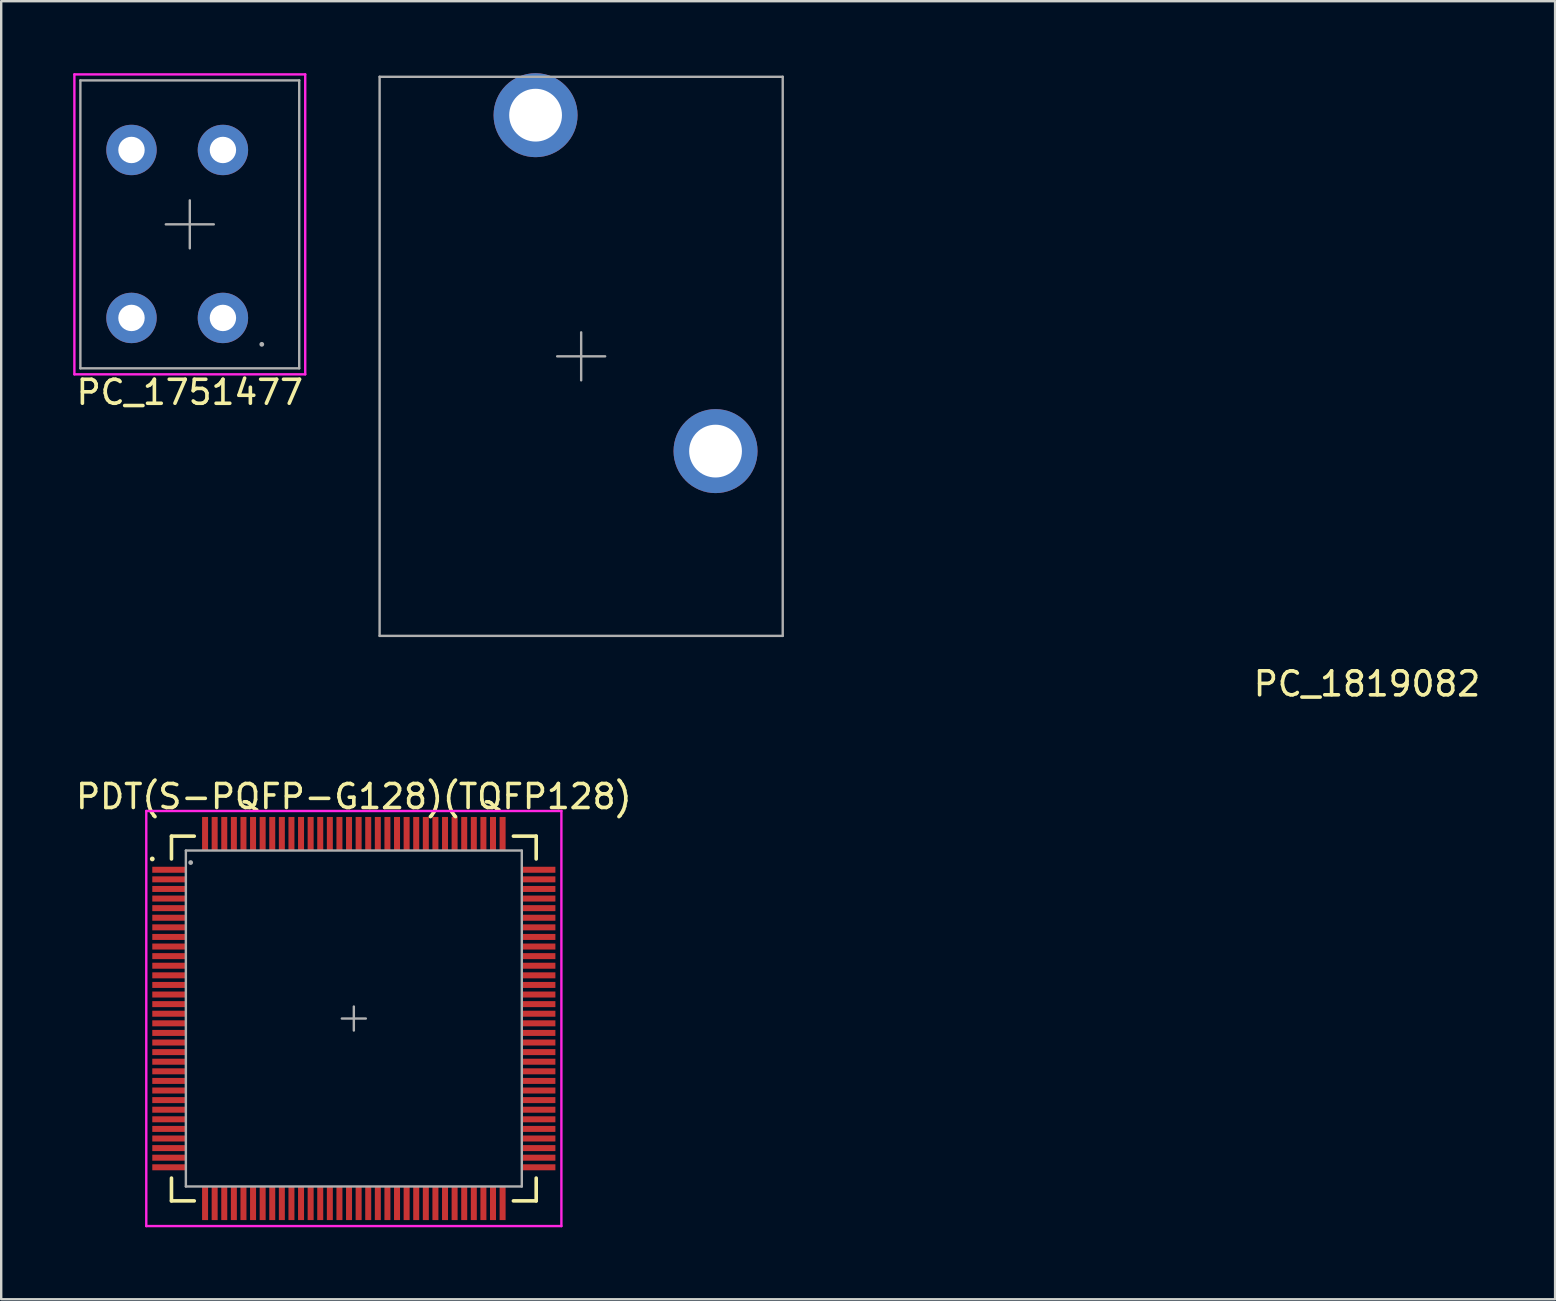
<source format=kicad_pcb>
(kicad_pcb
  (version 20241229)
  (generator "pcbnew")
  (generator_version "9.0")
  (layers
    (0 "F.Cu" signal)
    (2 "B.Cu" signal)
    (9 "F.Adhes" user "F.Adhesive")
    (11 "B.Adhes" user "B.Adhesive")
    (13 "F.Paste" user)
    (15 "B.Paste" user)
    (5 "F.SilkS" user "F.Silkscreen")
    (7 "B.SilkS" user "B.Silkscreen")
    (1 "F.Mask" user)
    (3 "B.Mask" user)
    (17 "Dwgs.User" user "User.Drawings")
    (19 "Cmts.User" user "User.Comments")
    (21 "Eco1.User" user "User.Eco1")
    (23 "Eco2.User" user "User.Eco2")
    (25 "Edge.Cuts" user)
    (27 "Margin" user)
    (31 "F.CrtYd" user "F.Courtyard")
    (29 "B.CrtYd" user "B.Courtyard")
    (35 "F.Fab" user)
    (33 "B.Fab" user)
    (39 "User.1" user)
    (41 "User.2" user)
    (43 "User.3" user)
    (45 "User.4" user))
  (footprint "PDT(S-PQFP-G128)(TQFP128)"
    (layer "F.Cu")
    (at 11.696 39.397)
    (property "Reference" "PDT(S-PQFP-G128)(TQFP128)" (at 0 -9.25 0) (layer "F.SilkS") (effects (font (size 1 1) (thickness 0.15))))
    (attr through_hole)
    (fp_line (start -7.6 -7.6) (end -7.6 -6.65) (stroke (width 0.15) (type solid)) (layer "F.SilkS"))
    (fp_line (start -7.6 7.6) (end -7.6 6.65) (stroke (width 0.15) (type solid)) (layer "F.SilkS"))
    (fp_line (start -6.65 -7.6) (end -7.6 -7.6) (stroke (width 0.15) (type solid)) (layer "F.SilkS"))
    (fp_line (start -6.65 7.6) (end -7.6 7.6) (stroke (width 0.15) (type solid)) (layer "F.SilkS"))
    (fp_line (start 6.65 -7.6) (end 7.6 -7.6) (stroke (width 0.15) (type solid)) (layer "F.SilkS"))
    (fp_line (start 6.65 7.6) (end 7.6 7.6) (stroke (width 0.15) (type solid)) (layer "F.SilkS"))
    (fp_line (start 7.6 -7.6) (end 7.6 -6.65) (stroke (width 0.15) (type solid)) (layer "F.SilkS"))
    (fp_line (start 7.6 7.6) (end 7.6 6.65) (stroke (width 0.15) (type solid)) (layer "F.SilkS"))
    (fp_circle (center -8.4 -6.651) (end -8.39 -6.601) (stroke (width 0.1) (type solid)) (fill no) (layer "F.SilkS"))
    (fp_line (start -8.65 -8.65) (end 8.65 -8.65) (stroke (width 0.1) (type solid)) (layer "F.CrtYd"))
    (fp_line (start -8.65 8.65) (end -8.65 -8.65) (stroke (width 0.1) (type solid)) (layer "F.CrtYd"))
    (fp_line (start 8.65 -8.65) (end 8.65 8.65) (stroke (width 0.1) (type solid)) (layer "F.CrtYd"))
    (fp_line (start 8.65 8.65) (end -8.65 8.65) (stroke (width 0.1) (type solid)) (layer "F.CrtYd"))
    (fp_line (start -7 -7) (end 7 -7) (stroke (width 0.1) (type solid)) (layer "F.Fab"))
    (fp_line (start -7 7) (end -7 -7) (stroke (width 0.1) (type solid)) (layer "F.Fab"))
    (fp_line (start -0.5 0) (end 0.5 0) (stroke (width 0.1) (type solid)) (layer "F.Fab"))
    (fp_line (start 0 -0.5) (end 0 0.5) (stroke (width 0.1) (type solid)) (layer "F.Fab"))
    (fp_line (start 7 -7) (end 7 7) (stroke (width 0.1) (type solid)) (layer "F.Fab"))
    (fp_line (start 7 7) (end -7 7) (stroke (width 0.1) (type solid)) (layer "F.Fab"))
    (fp_circle (center -6.8 -6.5) (end -6.75 -6.5) (stroke (width 0.1) (type solid)) (fill no) (layer "F.Fab"))
    (pad "1" smd rect (at -7.7 -6.2) (size 1.4 0.25) (layers "F.Cu" "F.Mask" "F.Paste"))
    (pad "2" smd rect (at -7.7 -5.8) (size 1.4 0.25) (layers "F.Cu" "F.Mask" "F.Paste"))
    (pad "3" smd rect (at -7.7 -5.4) (size 1.4 0.25) (layers "F.Cu" "F.Mask" "F.Paste"))
    (pad "4" smd rect (at -7.7 -5) (size 1.4 0.25) (layers "F.Cu" "F.Mask" "F.Paste"))
    (pad "5" smd rect (at -7.7 -4.6) (size 1.4 0.25) (layers "F.Cu" "F.Mask" "F.Paste"))
    (pad "6" smd rect (at -7.7 -4.2) (size 1.4 0.25) (layers "F.Cu" "F.Mask" "F.Paste"))
    (pad "7" smd rect (at -7.7 -3.8) (size 1.4 0.25) (layers "F.Cu" "F.Mask" "F.Paste"))
    (pad "8" smd rect (at -7.7 -3.4) (size 1.4 0.25) (layers "F.Cu" "F.Mask" "F.Paste"))
    (pad "9" smd rect (at -7.7 -3) (size 1.4 0.25) (layers "F.Cu" "F.Mask" "F.Paste"))
    (pad "10" smd rect (at -7.7 -2.6) (size 1.4 0.25) (layers "F.Cu" "F.Mask" "F.Paste"))
    (pad "11" smd rect (at -7.7 -2.2) (size 1.4 0.25) (layers "F.Cu" "F.Mask" "F.Paste"))
    (pad "12" smd rect (at -7.7 -1.8) (size 1.4 0.25) (layers "F.Cu" "F.Mask" "F.Paste"))
    (pad "13" smd rect (at -7.7 -1.4) (size 1.4 0.25) (layers "F.Cu" "F.Mask" "F.Paste"))
    (pad "14" smd rect (at -7.7 -1) (size 1.4 0.25) (layers "F.Cu" "F.Mask" "F.Paste"))
    (pad "15" smd rect (at -7.7 -0.6) (size 1.4 0.25) (layers "F.Cu" "F.Mask" "F.Paste"))
    (pad "16" smd rect (at -7.7 -0.2) (size 1.4 0.25) (layers "F.Cu" "F.Mask" "F.Paste"))
    (pad "17" smd rect (at -7.7 0.2) (size 1.4 0.25) (layers "F.Cu" "F.Mask" "F.Paste"))
    (pad "18" smd rect (at -7.7 0.6) (size 1.4 0.25) (layers "F.Cu" "F.Mask" "F.Paste"))
    (pad "19" smd rect (at -7.7 1) (size 1.4 0.25) (layers "F.Cu" "F.Mask" "F.Paste"))
    (pad "20" smd rect (at -7.7 1.4) (size 1.4 0.25) (layers "F.Cu" "F.Mask" "F.Paste"))
    (pad "21" smd rect (at -7.7 1.8) (size 1.4 0.25) (layers "F.Cu" "F.Mask" "F.Paste"))
    (pad "22" smd rect (at -7.7 2.2) (size 1.4 0.25) (layers "F.Cu" "F.Mask" "F.Paste"))
    (pad "23" smd rect (at -7.7 2.6) (size 1.4 0.25) (layers "F.Cu" "F.Mask" "F.Paste"))
    (pad "24" smd rect (at -7.7 3) (size 1.4 0.25) (layers "F.Cu" "F.Mask" "F.Paste"))
    (pad "25" smd rect (at -7.7 3.4) (size 1.4 0.25) (layers "F.Cu" "F.Mask" "F.Paste"))
    (pad "26" smd rect (at -7.7 3.8) (size 1.4 0.25) (layers "F.Cu" "F.Mask" "F.Paste"))
    (pad "27" smd rect (at -7.7 4.2) (size 1.4 0.25) (layers "F.Cu" "F.Mask" "F.Paste"))
    (pad "28" smd rect (at -7.7 4.6) (size 1.4 0.25) (layers "F.Cu" "F.Mask" "F.Paste"))
    (pad "29" smd rect (at -7.7 5) (size 1.4 0.25) (layers "F.Cu" "F.Mask" "F.Paste"))
    (pad "30" smd rect (at -7.7 5.4) (size 1.4 0.25) (layers "F.Cu" "F.Mask" "F.Paste"))
    (pad "31" smd rect (at -7.7 5.8) (size 1.4 0.25) (layers "F.Cu" "F.Mask" "F.Paste"))
    (pad "32" smd rect (at -7.7 6.2) (size 1.4 0.25) (layers "F.Cu" "F.Mask" "F.Paste"))
    (pad "33" smd rect (at -6.2 7.7 90) (size 1.4 0.25) (layers "F.Cu" "F.Mask" "F.Paste"))
    (pad "34" smd rect (at -5.8 7.7 90) (size 1.4 0.25) (layers "F.Cu" "F.Mask" "F.Paste"))
    (pad "35" smd rect (at -5.4 7.7 90) (size 1.4 0.25) (layers "F.Cu" "F.Mask" "F.Paste"))
    (pad "36" smd rect (at -5 7.7 90) (size 1.4 0.25) (layers "F.Cu" "F.Mask" "F.Paste"))
    (pad "37" smd rect (at -4.6 7.7 90) (size 1.4 0.25) (layers "F.Cu" "F.Mask" "F.Paste"))
    (pad "38" smd rect (at -4.2 7.7 90) (size 1.4 0.25) (layers "F.Cu" "F.Mask" "F.Paste"))
    (pad "39" smd rect (at -3.8 7.7 90) (size 1.4 0.25) (layers "F.Cu" "F.Mask" "F.Paste"))
    (pad "40" smd rect (at -3.4 7.7 90) (size 1.4 0.25) (layers "F.Cu" "F.Mask" "F.Paste"))
    (pad "41" smd rect (at -3 7.7 90) (size 1.4 0.25) (layers "F.Cu" "F.Mask" "F.Paste"))
    (pad "42" smd rect (at -2.6 7.7 90) (size 1.4 0.25) (layers "F.Cu" "F.Mask" "F.Paste"))
    (pad "43" smd rect (at -2.2 7.7 90) (size 1.4 0.25) (layers "F.Cu" "F.Mask" "F.Paste"))
    (pad "44" smd rect (at -1.8 7.7 90) (size 1.4 0.25) (layers "F.Cu" "F.Mask" "F.Paste"))
    (pad "45" smd rect (at -1.4 7.7 90) (size 1.4 0.25) (layers "F.Cu" "F.Mask" "F.Paste"))
    (pad "46" smd rect (at -1 7.7 90) (size 1.4 0.25) (layers "F.Cu" "F.Mask" "F.Paste"))
    (pad "47" smd rect (at -0.6 7.7 90) (size 1.4 0.25) (layers "F.Cu" "F.Mask" "F.Paste"))
    (pad "48" smd rect (at -0.2 7.7 90) (size 1.4 0.25) (layers "F.Cu" "F.Mask" "F.Paste"))
    (pad "49" smd rect (at 0.2 7.7 90) (size 1.4 0.25) (layers "F.Cu" "F.Mask" "F.Paste"))
    (pad "50" smd rect (at 0.6 7.7 90) (size 1.4 0.25) (layers "F.Cu" "F.Mask" "F.Paste"))
    (pad "51" smd rect (at 1 7.7 90) (size 1.4 0.25) (layers "F.Cu" "F.Mask" "F.Paste"))
    (pad "52" smd rect (at 1.4 7.7 90) (size 1.4 0.25) (layers "F.Cu" "F.Mask" "F.Paste"))
    (pad "53" smd rect (at 1.8 7.7 90) (size 1.4 0.25) (layers "F.Cu" "F.Mask" "F.Paste"))
    (pad "54" smd rect (at 2.2 7.7 90) (size 1.4 0.25) (layers "F.Cu" "F.Mask" "F.Paste"))
    (pad "55" smd rect (at 2.6 7.7 90) (size 1.4 0.25) (layers "F.Cu" "F.Mask" "F.Paste"))
    (pad "56" smd rect (at 3 7.7 90) (size 1.4 0.25) (layers "F.Cu" "F.Mask" "F.Paste"))
    (pad "57" smd rect (at 3.4 7.7 90) (size 1.4 0.25) (layers "F.Cu" "F.Mask" "F.Paste"))
    (pad "58" smd rect (at 3.8 7.7 90) (size 1.4 0.25) (layers "F.Cu" "F.Mask" "F.Paste"))
    (pad "59" smd rect (at 4.2 7.7 90) (size 1.4 0.25) (layers "F.Cu" "F.Mask" "F.Paste"))
    (pad "60" smd rect (at 4.6 7.7 90) (size 1.4 0.25) (layers "F.Cu" "F.Mask" "F.Paste"))
    (pad "61" smd rect (at 5 7.7 90) (size 1.4 0.25) (layers "F.Cu" "F.Mask" "F.Paste"))
    (pad "62" smd rect (at 5.4 7.7 90) (size 1.4 0.25) (layers "F.Cu" "F.Mask" "F.Paste"))
    (pad "63" smd rect (at 5.8 7.7 90) (size 1.4 0.25) (layers "F.Cu" "F.Mask" "F.Paste"))
    (pad "64" smd rect (at 6.2 7.7 90) (size 1.4 0.25) (layers "F.Cu" "F.Mask" "F.Paste"))
    (pad "65" smd rect (at 7.7 6.2) (size 1.4 0.25) (layers "F.Cu" "F.Mask" "F.Paste"))
    (pad "66" smd rect (at 7.7 5.8) (size 1.4 0.25) (layers "F.Cu" "F.Mask" "F.Paste"))
    (pad "67" smd rect (at 7.7 5.4) (size 1.4 0.25) (layers "F.Cu" "F.Mask" "F.Paste"))
    (pad "68" smd rect (at 7.7 5) (size 1.4 0.25) (layers "F.Cu" "F.Mask" "F.Paste"))
    (pad "69" smd rect (at 7.7 4.6) (size 1.4 0.25) (layers "F.Cu" "F.Mask" "F.Paste"))
    (pad "70" smd rect (at 7.7 4.2) (size 1.4 0.25) (layers "F.Cu" "F.Mask" "F.Paste"))
    (pad "71" smd rect (at 7.7 3.8) (size 1.4 0.25) (layers "F.Cu" "F.Mask" "F.Paste"))
    (pad "72" smd rect (at 7.7 3.4) (size 1.4 0.25) (layers "F.Cu" "F.Mask" "F.Paste"))
    (pad "73" smd rect (at 7.7 3) (size 1.4 0.25) (layers "F.Cu" "F.Mask" "F.Paste"))
    (pad "74" smd rect (at 7.7 2.6) (size 1.4 0.25) (layers "F.Cu" "F.Mask" "F.Paste"))
    (pad "75" smd rect (at 7.7 2.2) (size 1.4 0.25) (layers "F.Cu" "F.Mask" "F.Paste"))
    (pad "76" smd rect (at 7.7 1.8) (size 1.4 0.25) (layers "F.Cu" "F.Mask" "F.Paste"))
    (pad "77" smd rect (at 7.7 1.4) (size 1.4 0.25) (layers "F.Cu" "F.Mask" "F.Paste"))
    (pad "78" smd rect (at 7.7 1) (size 1.4 0.25) (layers "F.Cu" "F.Mask" "F.Paste"))
    (pad "79" smd rect (at 7.7 0.6) (size 1.4 0.25) (layers "F.Cu" "F.Mask" "F.Paste"))
    (pad "80" smd rect (at 7.7 0.2) (size 1.4 0.25) (layers "F.Cu" "F.Mask" "F.Paste"))
    (pad "81" smd rect (at 7.7 -0.2) (size 1.4 0.25) (layers "F.Cu" "F.Mask" "F.Paste"))
    (pad "82" smd rect (at 7.7 -0.6) (size 1.4 0.25) (layers "F.Cu" "F.Mask" "F.Paste"))
    (pad "83" smd rect (at 7.7 -1) (size 1.4 0.25) (layers "F.Cu" "F.Mask" "F.Paste"))
    (pad "84" smd rect (at 7.7 -1.4) (size 1.4 0.25) (layers "F.Cu" "F.Mask" "F.Paste"))
    (pad "85" smd rect (at 7.7 -1.8) (size 1.4 0.25) (layers "F.Cu" "F.Mask" "F.Paste"))
    (pad "86" smd rect (at 7.7 -2.2) (size 1.4 0.25) (layers "F.Cu" "F.Mask" "F.Paste"))
    (pad "87" smd rect (at 7.7 -2.6) (size 1.4 0.25) (layers "F.Cu" "F.Mask" "F.Paste"))
    (pad "88" smd rect (at 7.7 -3) (size 1.4 0.25) (layers "F.Cu" "F.Mask" "F.Paste"))
    (pad "89" smd rect (at 7.7 -3.4) (size 1.4 0.25) (layers "F.Cu" "F.Mask" "F.Paste"))
    (pad "90" smd rect (at 7.7 -3.8) (size 1.4 0.25) (layers "F.Cu" "F.Mask" "F.Paste"))
    (pad "91" smd rect (at 7.7 -4.2) (size 1.4 0.25) (layers "F.Cu" "F.Mask" "F.Paste"))
    (pad "92" smd rect (at 7.7 -4.6) (size 1.4 0.25) (layers "F.Cu" "F.Mask" "F.Paste"))
    (pad "93" smd rect (at 7.7 -5) (size 1.4 0.25) (layers "F.Cu" "F.Mask" "F.Paste"))
    (pad "94" smd rect (at 7.7 -5.4) (size 1.4 0.25) (layers "F.Cu" "F.Mask" "F.Paste"))
    (pad "95" smd rect (at 7.7 -5.8) (size 1.4 0.25) (layers "F.Cu" "F.Mask" "F.Paste"))
    (pad "96" smd rect (at 7.7 -6.2) (size 1.4 0.25) (layers "F.Cu" "F.Mask" "F.Paste"))
    (pad "97" smd rect (at 6.2 -7.7 90) (size 1.4 0.25) (layers "F.Cu" "F.Mask" "F.Paste"))
    (pad "98" smd rect (at 5.8 -7.7 90) (size 1.4 0.25) (layers "F.Cu" "F.Mask" "F.Paste"))
    (pad "99" smd rect (at 5.4 -7.7 90) (size 1.4 0.25) (layers "F.Cu" "F.Mask" "F.Paste"))
    (pad "100" smd rect (at 5 -7.7 90) (size 1.4 0.25) (layers "F.Cu" "F.Mask" "F.Paste"))
    (pad "101" smd rect (at 4.6 -7.7 90) (size 1.4 0.25) (layers "F.Cu" "F.Mask" "F.Paste"))
    (pad "102" smd rect (at 4.2 -7.7 90) (size 1.4 0.25) (layers "F.Cu" "F.Mask" "F.Paste"))
    (pad "103" smd rect (at 3.8 -7.7 90) (size 1.4 0.25) (layers "F.Cu" "F.Mask" "F.Paste"))
    (pad "104" smd rect (at 3.4 -7.7 90) (size 1.4 0.25) (layers "F.Cu" "F.Mask" "F.Paste"))
    (pad "105" smd rect (at 3 -7.7 90) (size 1.4 0.25) (layers "F.Cu" "F.Mask" "F.Paste"))
    (pad "106" smd rect (at 2.6 -7.7 90) (size 1.4 0.25) (layers "F.Cu" "F.Mask" "F.Paste"))
    (pad "107" smd rect (at 2.2 -7.7 90) (size 1.4 0.25) (layers "F.Cu" "F.Mask" "F.Paste"))
    (pad "108" smd rect (at 1.8 -7.7 90) (size 1.4 0.25) (layers "F.Cu" "F.Mask" "F.Paste"))
    (pad "109" smd rect (at 1.4 -7.7 90) (size 1.4 0.25) (layers "F.Cu" "F.Mask" "F.Paste"))
    (pad "110" smd rect (at 1 -7.7 90) (size 1.4 0.25) (layers "F.Cu" "F.Mask" "F.Paste"))
    (pad "111" smd rect (at 0.6 -7.7 90) (size 1.4 0.25) (layers "F.Cu" "F.Mask" "F.Paste"))
    (pad "112" smd rect (at 0.2 -7.7 90) (size 1.4 0.25) (layers "F.Cu" "F.Mask" "F.Paste"))
    (pad "113" smd rect (at -0.2 -7.7 90) (size 1.4 0.25) (layers "F.Cu" "F.Mask" "F.Paste"))
    (pad "114" smd rect (at -0.6 -7.7 90) (size 1.4 0.25) (layers "F.Cu" "F.Mask" "F.Paste"))
    (pad "115" smd rect (at -1 -7.7 90) (size 1.4 0.25) (layers "F.Cu" "F.Mask" "F.Paste"))
    (pad "116" smd rect (at -1.4 -7.7 90) (size 1.4 0.25) (layers "F.Cu" "F.Mask" "F.Paste"))
    (pad "117" smd rect (at -1.8 -7.7 90) (size 1.4 0.25) (layers "F.Cu" "F.Mask" "F.Paste"))
    (pad "118" smd rect (at -2.2 -7.7 90) (size 1.4 0.25) (layers "F.Cu" "F.Mask" "F.Paste"))
    (pad "119" smd rect (at -2.6 -7.7 90) (size 1.4 0.25) (layers "F.Cu" "F.Mask" "F.Paste"))
    (pad "120" smd rect (at -3 -7.7 90) (size 1.4 0.25) (layers "F.Cu" "F.Mask" "F.Paste"))
    (pad "121" smd rect (at -3.4 -7.7 90) (size 1.4 0.25) (layers "F.Cu" "F.Mask" "F.Paste"))
    (pad "122" smd rect (at -3.8 -7.7 90) (size 1.4 0.25) (layers "F.Cu" "F.Mask" "F.Paste"))
    (pad "123" smd rect (at -4.2 -7.7 90) (size 1.4 0.25) (layers "F.Cu" "F.Mask" "F.Paste"))
    (pad "124" smd rect (at -4.6 -7.7 90) (size 1.4 0.25) (layers "F.Cu" "F.Mask" "F.Paste"))
    (pad "125" smd rect (at -5 -7.7 90) (size 1.4 0.25) (layers "F.Cu" "F.Mask" "F.Paste"))
    (pad "126" smd rect (at -5.4 -7.7 90) (size 1.4 0.25) (layers "F.Cu" "F.Mask" "F.Paste"))
    (pad "127" smd rect (at -5.8 -7.7 90) (size 1.4 0.25) (layers "F.Cu" "F.Mask" "F.Paste"))
    (pad "128" smd rect (at -6.2 -7.7 90) (size 1.4 0.25) (layers "F.Cu" "F.Mask" "F.Paste")))
  (footprint "PC_1751477"
    (layer "F.Cu")
    (at 4.86 6.3)
    (property "Reference" "PC_1751477" (at 0 7 0) (layer "F.SilkS") (effects (font (size 1 1) (thickness 0.15))))
    (attr through_hole)
    (fp_line (start -4.81 -6.25) (end -4.81 6.25) (stroke (width 0.1) (type solid)) (layer "F.CrtYd"))
    (fp_line (start -4.81 -6.25) (end 4.81 -6.25) (stroke (width 0.1) (type solid)) (layer "F.CrtYd"))
    (fp_line (start -4.81 6.25) (end 4.81 6.25) (stroke (width 0.1) (type solid)) (layer "F.CrtYd"))
    (fp_line (start 4.81 -6.25) (end 4.81 6.25) (stroke (width 0.1) (type solid)) (layer "F.CrtYd"))
    (fp_line (start -4.56 -6) (end -4.56 6) (stroke (width 0.1) (type solid)) (layer "F.Fab"))
    (fp_line (start -4.56 -6) (end 4.56 -6) (stroke (width 0.1) (type solid)) (layer "F.Fab"))
    (fp_line (start -4.56 6) (end 4.56 6) (stroke (width 0.1) (type solid)) (layer "F.Fab"))
    (fp_line (start -1 0) (end 1 0) (stroke (width 0.1) (type solid)) (layer "F.Fab"))
    (fp_line (start 0 -1) (end 0 1) (stroke (width 0.1) (type solid)) (layer "F.Fab"))
    (fp_line (start 4.56 -6) (end 4.56 6) (stroke (width 0.1) (type solid)) (layer "F.Fab"))
    (fp_circle (center 3 5) (end 3 4.95) (stroke (width 0.1) (type solid)) (fill no) (layer "F.Fab"))
    (pad "1" thru_hole circle (at 1.38 -3.1) (size 2.1 2.1) (drill 1.1) (layers "*.Cu" "*.Mask"))
    (pad "1" thru_hole circle (at 1.38 3.9) (size 2.1 2.1) (drill 1.1) (layers "*.Cu" "*.Mask"))
    (pad "2" thru_hole circle (at -2.43 -3.1) (size 2.1 2.1) (drill 1.1) (layers "*.Cu" "*.Mask"))
    (pad "2" thru_hole circle (at -2.43 3.9) (size 2.1 2.1) (drill 1.1) (layers "*.Cu" "*.Mask")))
  (footprint "PC_1819082"
    (layer "F.Cu")
    (at 21.17 11.8)
    (property "Reference" "PC_1819082" (at 32.75 13.65 0) (layer "F.SilkS") (effects (font (size 1 1) (thickness 0.15))))
    (attr through_hole)
    (fp_line (start -8.4 -11.65) (end -8.4 11.65) (stroke (width 0.1) (type solid)) (layer "F.Fab"))
    (fp_line (start -8.4 -11.65) (end 8.4 -11.65) (stroke (width 0.1) (type solid)) (layer "F.Fab"))
    (fp_line (start -8.4 11.65) (end 8.4 11.65) (stroke (width 0.1) (type solid)) (layer "F.Fab"))
    (fp_line (start -1 0) (end 1 0) (stroke (width 0.1) (type solid)) (layer "F.Fab"))
    (fp_line (start 0 -1) (end 0 1) (stroke (width 0.1) (type solid)) (layer "F.Fab"))
    (fp_line (start 8.4 -11.65) (end 8.4 11.65) (stroke (width 0.1) (type solid)) (layer "F.Fab"))
    (pad "1" thru_hole circle (at 5.6 3.95) (size 3.5 3.5) (drill 2.2) (layers "*.Cu" "*.Mask"))
    (pad "2" thru_hole circle (at -1.9 -10.05) (size 3.5 3.5) (drill 2.2) (layers "*.Cu" "*.Mask")))
  (gr_rect
    (start -3 -3)
    (end 61.759 51.096)
    (stroke (width 0.1) (type default))
    (fill no)
    (layer "Edge.Cuts")))
</source>
